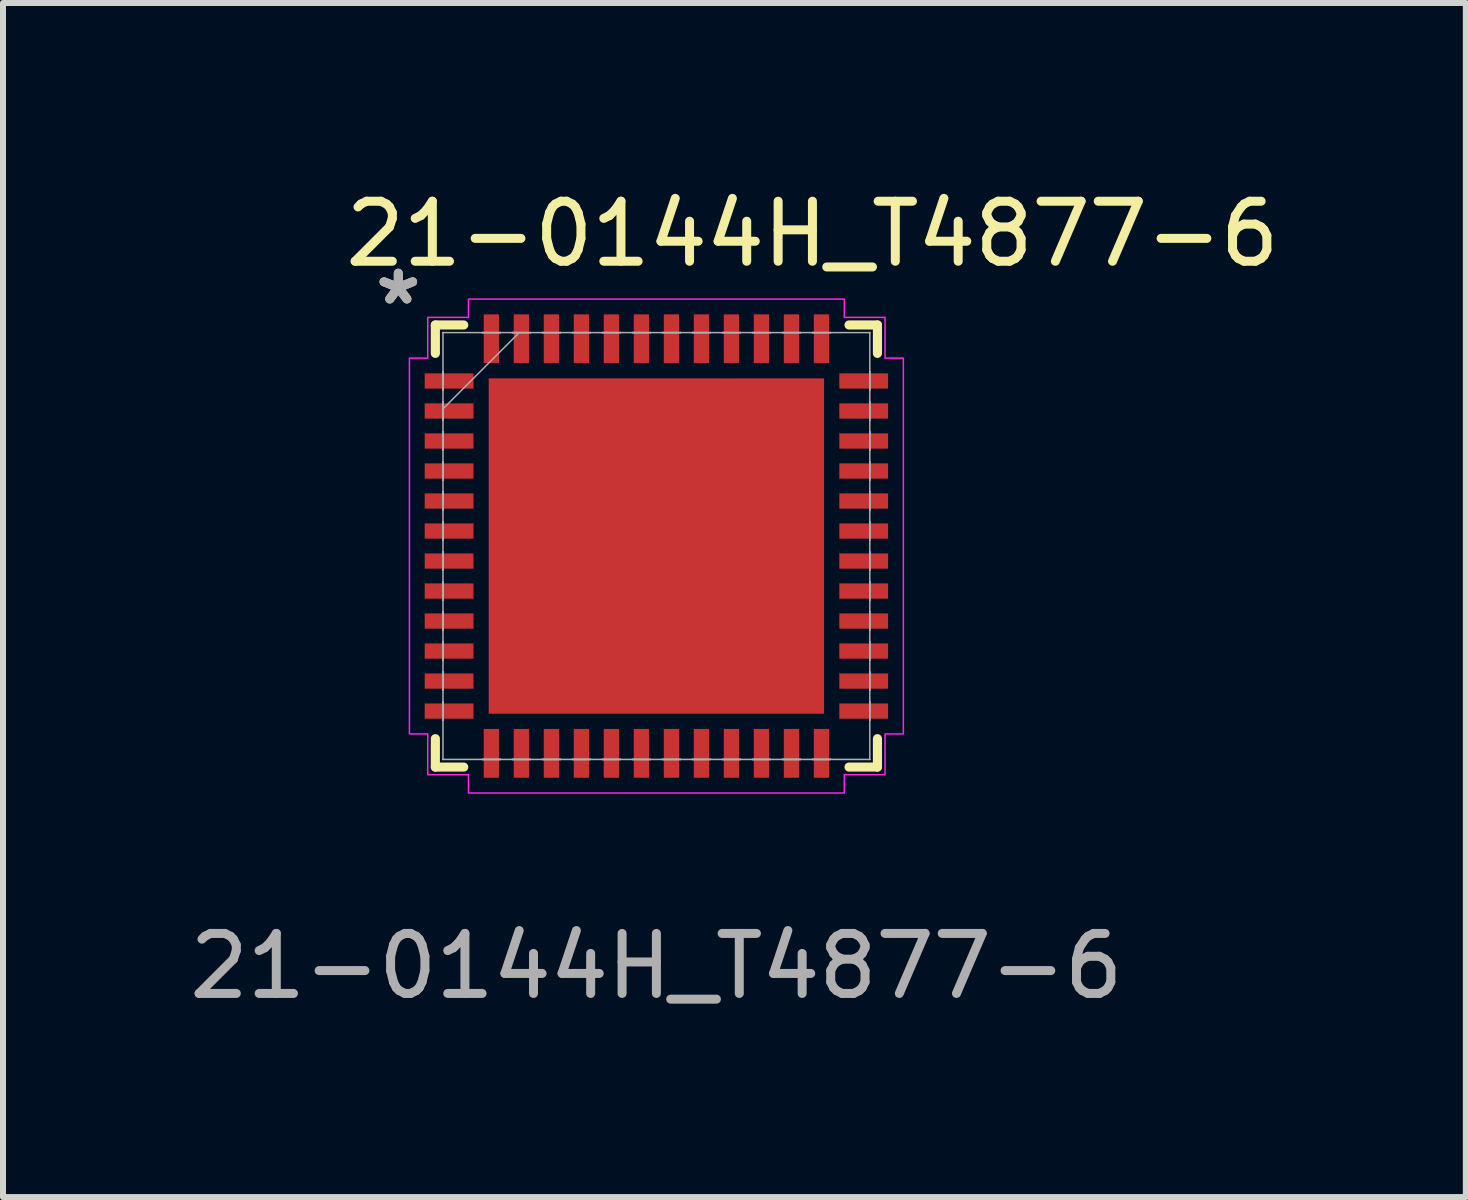
<source format=kicad_pcb>
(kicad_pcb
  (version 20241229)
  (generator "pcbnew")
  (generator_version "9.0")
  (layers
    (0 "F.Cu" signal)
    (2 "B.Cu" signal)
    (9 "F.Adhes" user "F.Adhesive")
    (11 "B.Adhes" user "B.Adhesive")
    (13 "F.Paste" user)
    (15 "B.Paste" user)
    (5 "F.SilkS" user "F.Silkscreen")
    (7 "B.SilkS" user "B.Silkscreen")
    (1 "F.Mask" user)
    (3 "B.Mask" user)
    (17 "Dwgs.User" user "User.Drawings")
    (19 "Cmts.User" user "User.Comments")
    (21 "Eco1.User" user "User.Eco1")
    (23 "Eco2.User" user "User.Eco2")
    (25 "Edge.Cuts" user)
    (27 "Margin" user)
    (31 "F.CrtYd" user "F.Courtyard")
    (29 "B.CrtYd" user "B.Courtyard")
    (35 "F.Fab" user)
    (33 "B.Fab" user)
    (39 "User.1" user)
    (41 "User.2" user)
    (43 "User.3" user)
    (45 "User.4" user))
  (footprint "21-0144H_T4877-6"
    (layer "F.Cu")
    (at 7.887 6.048)
    (property "Reference" "21-0144H_T4877-6" (at 2.6 -5.2 0) (unlocked yes) (layer "F.SilkS") (effects (font (size 1 1) (thickness 0.15))))
    (attr smd)
    (fp_line (start -3.683 -3.683) (end -3.683 -3.21) (stroke (width 0.152) (type solid)) (layer "F.SilkS"))
    (fp_line (start -3.683 3.21) (end -3.683 3.683) (stroke (width 0.152) (type solid)) (layer "F.SilkS"))
    (fp_line (start -3.683 3.683) (end -3.21 3.683) (stroke (width 0.152) (type solid)) (layer "F.SilkS"))
    (fp_line (start -3.21 -3.683) (end -3.683 -3.683) (stroke (width 0.152) (type solid)) (layer "F.SilkS"))
    (fp_line (start 3.21 3.683) (end 3.683 3.683) (stroke (width 0.152) (type solid)) (layer "F.SilkS"))
    (fp_line (start 3.683 -3.683) (end 3.21 -3.683) (stroke (width 0.152) (type solid)) (layer "F.SilkS"))
    (fp_line (start 3.683 -3.21) (end 3.683 -3.683) (stroke (width 0.152) (type solid)) (layer "F.SilkS"))
    (fp_line (start 3.683 3.683) (end 3.683 3.21) (stroke (width 0.152) (type solid)) (layer "F.SilkS"))
    (fp_poly (pts (xy -2.694 -2.694) (xy -2.694 -1.497) (xy -1.497 -1.497) (xy -1.497 -2.694)) (stroke (width 0) (type solid)) (fill yes) (layer "F.Paste"))
    (fp_poly (pts (xy -2.694 -1.297) (xy -2.694 -0.1) (xy -1.497 -0.1) (xy -1.497 -1.297)) (stroke (width 0) (type solid)) (fill yes) (layer "F.Paste"))
    (fp_poly (pts (xy -2.694 0.1) (xy -2.694 1.297) (xy -1.497 1.297) (xy -1.497 0.1)) (stroke (width 0) (type solid)) (fill yes) (layer "F.Paste"))
    (fp_poly (pts (xy -2.694 1.497) (xy -2.694 2.694) (xy -1.497 2.694) (xy -1.497 1.497)) (stroke (width 0) (type solid)) (fill yes) (layer "F.Paste"))
    (fp_poly (pts (xy -1.297 -2.694) (xy -1.297 -1.497) (xy -0.1 -1.497) (xy -0.1 -2.694)) (stroke (width 0) (type solid)) (fill yes) (layer "F.Paste"))
    (fp_poly (pts (xy -1.297 -1.297) (xy -1.297 -0.1) (xy -0.1 -0.1) (xy -0.1 -1.297)) (stroke (width 0) (type solid)) (fill yes) (layer "F.Paste"))
    (fp_poly (pts (xy -1.297 0.1) (xy -1.297 1.297) (xy -0.1 1.297) (xy -0.1 0.1)) (stroke (width 0) (type solid)) (fill yes) (layer "F.Paste"))
    (fp_poly (pts (xy -1.297 1.497) (xy -1.297 2.694) (xy -0.1 2.694) (xy -0.1 1.497)) (stroke (width 0) (type solid)) (fill yes) (layer "F.Paste"))
    (fp_poly (pts (xy 0.1 -2.694) (xy 0.1 -1.497) (xy 1.297 -1.497) (xy 1.297 -2.694)) (stroke (width 0) (type solid)) (fill yes) (layer "F.Paste"))
    (fp_poly (pts (xy 0.1 -1.297) (xy 0.1 -0.1) (xy 1.297 -0.1) (xy 1.297 -1.297)) (stroke (width 0) (type solid)) (fill yes) (layer "F.Paste"))
    (fp_poly (pts (xy 0.1 0.1) (xy 0.1 1.297) (xy 1.297 1.297) (xy 1.297 0.1)) (stroke (width 0) (type solid)) (fill yes) (layer "F.Paste"))
    (fp_poly (pts (xy 0.1 1.497) (xy 0.1 2.694) (xy 1.297 2.694) (xy 1.297 1.497)) (stroke (width 0) (type solid)) (fill yes) (layer "F.Paste"))
    (fp_poly (pts (xy 1.497 -2.694) (xy 1.497 -1.497) (xy 2.694 -1.497) (xy 2.694 -2.694)) (stroke (width 0) (type solid)) (fill yes) (layer "F.Paste"))
    (fp_poly (pts (xy 1.497 -1.297) (xy 1.497 -0.1) (xy 2.694 -0.1) (xy 2.694 -1.297)) (stroke (width 0) (type solid)) (fill yes) (layer "F.Paste"))
    (fp_poly (pts (xy 1.497 0.1) (xy 1.497 1.297) (xy 2.694 1.297) (xy 2.694 0.1)) (stroke (width 0) (type solid)) (fill yes) (layer "F.Paste"))
    (fp_poly (pts (xy 1.497 1.497) (xy 1.497 2.694) (xy 2.694 2.694) (xy 2.694 1.497)) (stroke (width 0) (type solid)) (fill yes) (layer "F.Paste"))
    (fp_poly (pts (xy -4.115 -3.131) (xy -3.81 -3.131) (xy -3.81 -3.81) (xy -3.131 -3.81) (xy -3.131 -4.115) (xy 3.131 -4.115) (xy 3.131 -3.81) (xy 3.81 -3.81) (xy 3.81 -3.131) (xy 4.115 -3.131) (xy 4.115 3.131) (xy 3.81 3.131) (xy 3.81 3.81) (xy 3.131 3.81) (xy 3.131 4.115) (xy -3.131 4.115) (xy -3.131 3.81) (xy -3.81 3.81) (xy -3.81 3.131) (xy -4.115 3.131)) (stroke (width 0.025) (type solid)) (fill no) (layer "F.CrtYd"))
    (fp_line (start -3.556 -3.556) (end -3.556 -3.556) (stroke (width 0.025) (type solid)) (layer "F.Fab"))
    (fp_line (start -3.556 -3.556) (end -3.556 3.556) (stroke (width 0.025) (type solid)) (layer "F.Fab"))
    (fp_line (start -3.556 -2.902) (end -3.556 -2.902) (stroke (width 0.025) (type solid)) (layer "F.Fab"))
    (fp_line (start -3.556 -2.902) (end -3.556 -2.598) (stroke (width 0.025) (type solid)) (layer "F.Fab"))
    (fp_line (start -3.556 -2.598) (end -3.556 -2.902) (stroke (width 0.025) (type solid)) (layer "F.Fab"))
    (fp_line (start -3.556 -2.598) (end -3.556 -2.598) (stroke (width 0.025) (type solid)) (layer "F.Fab"))
    (fp_line (start -3.556 -2.402) (end -3.556 -2.402) (stroke (width 0.025) (type solid)) (layer "F.Fab"))
    (fp_line (start -3.556 -2.402) (end -3.556 -2.098) (stroke (width 0.025) (type solid)) (layer "F.Fab"))
    (fp_line (start -3.556 -2.286) (end -2.286 -3.556) (stroke (width 0.025) (type solid)) (layer "F.Fab"))
    (fp_line (start -3.556 -2.098) (end -3.556 -2.402) (stroke (width 0.025) (type solid)) (layer "F.Fab"))
    (fp_line (start -3.556 -2.098) (end -3.556 -2.098) (stroke (width 0.025) (type solid)) (layer "F.Fab"))
    (fp_line (start -3.556 -1.902) (end -3.556 -1.902) (stroke (width 0.025) (type solid)) (layer "F.Fab"))
    (fp_line (start -3.556 -1.902) (end -3.556 -1.598) (stroke (width 0.025) (type solid)) (layer "F.Fab"))
    (fp_line (start -3.556 -1.598) (end -3.556 -1.902) (stroke (width 0.025) (type solid)) (layer "F.Fab"))
    (fp_line (start -3.556 -1.598) (end -3.556 -1.598) (stroke (width 0.025) (type solid)) (layer "F.Fab"))
    (fp_line (start -3.556 -1.402) (end -3.556 -1.402) (stroke (width 0.025) (type solid)) (layer "F.Fab"))
    (fp_line (start -3.556 -1.402) (end -3.556 -1.098) (stroke (width 0.025) (type solid)) (layer "F.Fab"))
    (fp_line (start -3.556 -1.098) (end -3.556 -1.402) (stroke (width 0.025) (type solid)) (layer "F.Fab"))
    (fp_line (start -3.556 -1.098) (end -3.556 -1.098) (stroke (width 0.025) (type solid)) (layer "F.Fab"))
    (fp_line (start -3.556 -0.902) (end -3.556 -0.902) (stroke (width 0.025) (type solid)) (layer "F.Fab"))
    (fp_line (start -3.556 -0.902) (end -3.556 -0.598) (stroke (width 0.025) (type solid)) (layer "F.Fab"))
    (fp_line (start -3.556 -0.598) (end -3.556 -0.902) (stroke (width 0.025) (type solid)) (layer "F.Fab"))
    (fp_line (start -3.556 -0.598) (end -3.556 -0.598) (stroke (width 0.025) (type solid)) (layer "F.Fab"))
    (fp_line (start -3.556 -0.402) (end -3.556 -0.402) (stroke (width 0.025) (type solid)) (layer "F.Fab"))
    (fp_line (start -3.556 -0.402) (end -3.556 -0.098) (stroke (width 0.025) (type solid)) (layer "F.Fab"))
    (fp_line (start -3.556 -0.098) (end -3.556 -0.402) (stroke (width 0.025) (type solid)) (layer "F.Fab"))
    (fp_line (start -3.556 -0.098) (end -3.556 -0.098) (stroke (width 0.025) (type solid)) (layer "F.Fab"))
    (fp_line (start -3.556 0.098) (end -3.556 0.098) (stroke (width 0.025) (type solid)) (layer "F.Fab"))
    (fp_line (start -3.556 0.098) (end -3.556 0.402) (stroke (width 0.025) (type solid)) (layer "F.Fab"))
    (fp_line (start -3.556 0.402) (end -3.556 0.098) (stroke (width 0.025) (type solid)) (layer "F.Fab"))
    (fp_line (start -3.556 0.402) (end -3.556 0.402) (stroke (width 0.025) (type solid)) (layer "F.Fab"))
    (fp_line (start -3.556 0.598) (end -3.556 0.598) (stroke (width 0.025) (type solid)) (layer "F.Fab"))
    (fp_line (start -3.556 0.598) (end -3.556 0.902) (stroke (width 0.025) (type solid)) (layer "F.Fab"))
    (fp_line (start -3.556 0.902) (end -3.556 0.598) (stroke (width 0.025) (type solid)) (layer "F.Fab"))
    (fp_line (start -3.556 0.902) (end -3.556 0.902) (stroke (width 0.025) (type solid)) (layer "F.Fab"))
    (fp_line (start -3.556 1.098) (end -3.556 1.098) (stroke (width 0.025) (type solid)) (layer "F.Fab"))
    (fp_line (start -3.556 1.098) (end -3.556 1.402) (stroke (width 0.025) (type solid)) (layer "F.Fab"))
    (fp_line (start -3.556 1.402) (end -3.556 1.098) (stroke (width 0.025) (type solid)) (layer "F.Fab"))
    (fp_line (start -3.556 1.402) (end -3.556 1.402) (stroke (width 0.025) (type solid)) (layer "F.Fab"))
    (fp_line (start -3.556 1.598) (end -3.556 1.598) (stroke (width 0.025) (type solid)) (layer "F.Fab"))
    (fp_line (start -3.556 1.598) (end -3.556 1.902) (stroke (width 0.025) (type solid)) (layer "F.Fab"))
    (fp_line (start -3.556 1.902) (end -3.556 1.598) (stroke (width 0.025) (type solid)) (layer "F.Fab"))
    (fp_line (start -3.556 1.902) (end -3.556 1.902) (stroke (width 0.025) (type solid)) (layer "F.Fab"))
    (fp_line (start -3.556 2.098) (end -3.556 2.098) (stroke (width 0.025) (type solid)) (layer "F.Fab"))
    (fp_line (start -3.556 2.098) (end -3.556 2.402) (stroke (width 0.025) (type solid)) (layer "F.Fab"))
    (fp_line (start -3.556 2.402) (end -3.556 2.098) (stroke (width 0.025) (type solid)) (layer "F.Fab"))
    (fp_line (start -3.556 2.402) (end -3.556 2.402) (stroke (width 0.025) (type solid)) (layer "F.Fab"))
    (fp_line (start -3.556 2.598) (end -3.556 2.598) (stroke (width 0.025) (type solid)) (layer "F.Fab"))
    (fp_line (start -3.556 2.598) (end -3.556 2.902) (stroke (width 0.025) (type solid)) (layer "F.Fab"))
    (fp_line (start -3.556 2.902) (end -3.556 2.598) (stroke (width 0.025) (type solid)) (layer "F.Fab"))
    (fp_line (start -3.556 2.902) (end -3.556 2.902) (stroke (width 0.025) (type solid)) (layer "F.Fab"))
    (fp_line (start -3.556 3.556) (end -3.556 3.556) (stroke (width 0.025) (type solid)) (layer "F.Fab"))
    (fp_line (start -3.556 3.556) (end 3.556 3.556) (stroke (width 0.025) (type solid)) (layer "F.Fab"))
    (fp_line (start -2.902 -3.556) (end -2.902 -3.556) (stroke (width 0.025) (type solid)) (layer "F.Fab"))
    (fp_line (start -2.902 -3.556) (end -2.598 -3.556) (stroke (width 0.025) (type solid)) (layer "F.Fab"))
    (fp_line (start -2.902 3.556) (end -2.902 3.556) (stroke (width 0.025) (type solid)) (layer "F.Fab"))
    (fp_line (start -2.902 3.556) (end -2.598 3.556) (stroke (width 0.025) (type solid)) (layer "F.Fab"))
    (fp_line (start -2.598 -3.556) (end -2.902 -3.556) (stroke (width 0.025) (type solid)) (layer "F.Fab"))
    (fp_line (start -2.598 -3.556) (end -2.598 -3.556) (stroke (width 0.025) (type solid)) (layer "F.Fab"))
    (fp_line (start -2.598 3.556) (end -2.902 3.556) (stroke (width 0.025) (type solid)) (layer "F.Fab"))
    (fp_line (start -2.598 3.556) (end -2.598 3.556) (stroke (width 0.025) (type solid)) (layer "F.Fab"))
    (fp_line (start -2.402 -3.556) (end -2.402 -3.556) (stroke (width 0.025) (type solid)) (layer "F.Fab"))
    (fp_line (start -2.402 -3.556) (end -2.098 -3.556) (stroke (width 0.025) (type solid)) (layer "F.Fab"))
    (fp_line (start -2.402 3.556) (end -2.402 3.556) (stroke (width 0.025) (type solid)) (layer "F.Fab"))
    (fp_line (start -2.402 3.556) (end -2.098 3.556) (stroke (width 0.025) (type solid)) (layer "F.Fab"))
    (fp_line (start -2.098 -3.556) (end -2.402 -3.556) (stroke (width 0.025) (type solid)) (layer "F.Fab"))
    (fp_line (start -2.098 -3.556) (end -2.098 -3.556) (stroke (width 0.025) (type solid)) (layer "F.Fab"))
    (fp_line (start -2.098 3.556) (end -2.402 3.556) (stroke (width 0.025) (type solid)) (layer "F.Fab"))
    (fp_line (start -2.098 3.556) (end -2.098 3.556) (stroke (width 0.025) (type solid)) (layer "F.Fab"))
    (fp_line (start -1.902 -3.556) (end -1.902 -3.556) (stroke (width 0.025) (type solid)) (layer "F.Fab"))
    (fp_line (start -1.902 -3.556) (end -1.598 -3.556) (stroke (width 0.025) (type solid)) (layer "F.Fab"))
    (fp_line (start -1.902 3.556) (end -1.902 3.556) (stroke (width 0.025) (type solid)) (layer "F.Fab"))
    (fp_line (start -1.902 3.556) (end -1.598 3.556) (stroke (width 0.025) (type solid)) (layer "F.Fab"))
    (fp_line (start -1.598 -3.556) (end -1.902 -3.556) (stroke (width 0.025) (type solid)) (layer "F.Fab"))
    (fp_line (start -1.598 -3.556) (end -1.598 -3.556) (stroke (width 0.025) (type solid)) (layer "F.Fab"))
    (fp_line (start -1.598 3.556) (end -1.902 3.556) (stroke (width 0.025) (type solid)) (layer "F.Fab"))
    (fp_line (start -1.598 3.556) (end -1.598 3.556) (stroke (width 0.025) (type solid)) (layer "F.Fab"))
    (fp_line (start -1.402 -3.556) (end -1.402 -3.556) (stroke (width 0.025) (type solid)) (layer "F.Fab"))
    (fp_line (start -1.402 -3.556) (end -1.098 -3.556) (stroke (width 0.025) (type solid)) (layer "F.Fab"))
    (fp_line (start -1.402 3.556) (end -1.402 3.556) (stroke (width 0.025) (type solid)) (layer "F.Fab"))
    (fp_line (start -1.402 3.556) (end -1.098 3.556) (stroke (width 0.025) (type solid)) (layer "F.Fab"))
    (fp_line (start -1.098 -3.556) (end -1.402 -3.556) (stroke (width 0.025) (type solid)) (layer "F.Fab"))
    (fp_line (start -1.098 -3.556) (end -1.098 -3.556) (stroke (width 0.025) (type solid)) (layer "F.Fab"))
    (fp_line (start -1.098 3.556) (end -1.402 3.556) (stroke (width 0.025) (type solid)) (layer "F.Fab"))
    (fp_line (start -1.098 3.556) (end -1.098 3.556) (stroke (width 0.025) (type solid)) (layer "F.Fab"))
    (fp_line (start -0.902 -3.556) (end -0.902 -3.556) (stroke (width 0.025) (type solid)) (layer "F.Fab"))
    (fp_line (start -0.902 -3.556) (end -0.598 -3.556) (stroke (width 0.025) (type solid)) (layer "F.Fab"))
    (fp_line (start -0.902 3.556) (end -0.902 3.556) (stroke (width 0.025) (type solid)) (layer "F.Fab"))
    (fp_line (start -0.902 3.556) (end -0.598 3.556) (stroke (width 0.025) (type solid)) (layer "F.Fab"))
    (fp_line (start -0.598 -3.556) (end -0.902 -3.556) (stroke (width 0.025) (type solid)) (layer "F.Fab"))
    (fp_line (start -0.598 -3.556) (end -0.598 -3.556) (stroke (width 0.025) (type solid)) (layer "F.Fab"))
    (fp_line (start -0.598 3.556) (end -0.902 3.556) (stroke (width 0.025) (type solid)) (layer "F.Fab"))
    (fp_line (start -0.598 3.556) (end -0.598 3.556) (stroke (width 0.025) (type solid)) (layer "F.Fab"))
    (fp_line (start -0.402 -3.556) (end -0.402 -3.556) (stroke (width 0.025) (type solid)) (layer "F.Fab"))
    (fp_line (start -0.402 -3.556) (end -0.098 -3.556) (stroke (width 0.025) (type solid)) (layer "F.Fab"))
    (fp_line (start -0.402 3.556) (end -0.402 3.556) (stroke (width 0.025) (type solid)) (layer "F.Fab"))
    (fp_line (start -0.402 3.556) (end -0.098 3.556) (stroke (width 0.025) (type solid)) (layer "F.Fab"))
    (fp_line (start -0.098 -3.556) (end -0.402 -3.556) (stroke (width 0.025) (type solid)) (layer "F.Fab"))
    (fp_line (start -0.098 -3.556) (end -0.098 -3.556) (stroke (width 0.025) (type solid)) (layer "F.Fab"))
    (fp_line (start -0.098 3.556) (end -0.402 3.556) (stroke (width 0.025) (type solid)) (layer "F.Fab"))
    (fp_line (start -0.098 3.556) (end -0.098 3.556) (stroke (width 0.025) (type solid)) (layer "F.Fab"))
    (fp_line (start 0.098 -3.556) (end 0.098 -3.556) (stroke (width 0.025) (type solid)) (layer "F.Fab"))
    (fp_line (start 0.098 -3.556) (end 0.402 -3.556) (stroke (width 0.025) (type solid)) (layer "F.Fab"))
    (fp_line (start 0.098 3.556) (end 0.098 3.556) (stroke (width 0.025) (type solid)) (layer "F.Fab"))
    (fp_line (start 0.098 3.556) (end 0.402 3.556) (stroke (width 0.025) (type solid)) (layer "F.Fab"))
    (fp_line (start 0.402 -3.556) (end 0.098 -3.556) (stroke (width 0.025) (type solid)) (layer "F.Fab"))
    (fp_line (start 0.402 -3.556) (end 0.402 -3.556) (stroke (width 0.025) (type solid)) (layer "F.Fab"))
    (fp_line (start 0.402 3.556) (end 0.098 3.556) (stroke (width 0.025) (type solid)) (layer "F.Fab"))
    (fp_line (start 0.402 3.556) (end 0.402 3.556) (stroke (width 0.025) (type solid)) (layer "F.Fab"))
    (fp_line (start 0.598 -3.556) (end 0.598 -3.556) (stroke (width 0.025) (type solid)) (layer "F.Fab"))
    (fp_line (start 0.598 -3.556) (end 0.902 -3.556) (stroke (width 0.025) (type solid)) (layer "F.Fab"))
    (fp_line (start 0.598 3.556) (end 0.598 3.556) (stroke (width 0.025) (type solid)) (layer "F.Fab"))
    (fp_line (start 0.598 3.556) (end 0.902 3.556) (stroke (width 0.025) (type solid)) (layer "F.Fab"))
    (fp_line (start 0.902 -3.556) (end 0.598 -3.556) (stroke (width 0.025) (type solid)) (layer "F.Fab"))
    (fp_line (start 0.902 -3.556) (end 0.902 -3.556) (stroke (width 0.025) (type solid)) (layer "F.Fab"))
    (fp_line (start 0.902 3.556) (end 0.598 3.556) (stroke (width 0.025) (type solid)) (layer "F.Fab"))
    (fp_line (start 0.902 3.556) (end 0.902 3.556) (stroke (width 0.025) (type solid)) (layer "F.Fab"))
    (fp_line (start 1.098 -3.556) (end 1.098 -3.556) (stroke (width 0.025) (type solid)) (layer "F.Fab"))
    (fp_line (start 1.098 -3.556) (end 1.402 -3.556) (stroke (width 0.025) (type solid)) (layer "F.Fab"))
    (fp_line (start 1.098 3.556) (end 1.098 3.556) (stroke (width 0.025) (type solid)) (layer "F.Fab"))
    (fp_line (start 1.098 3.556) (end 1.402 3.556) (stroke (width 0.025) (type solid)) (layer "F.Fab"))
    (fp_line (start 1.402 -3.556) (end 1.098 -3.556) (stroke (width 0.025) (type solid)) (layer "F.Fab"))
    (fp_line (start 1.402 -3.556) (end 1.402 -3.556) (stroke (width 0.025) (type solid)) (layer "F.Fab"))
    (fp_line (start 1.402 3.556) (end 1.098 3.556) (stroke (width 0.025) (type solid)) (layer "F.Fab"))
    (fp_line (start 1.402 3.556) (end 1.402 3.556) (stroke (width 0.025) (type solid)) (layer "F.Fab"))
    (fp_line (start 1.598 -3.556) (end 1.598 -3.556) (stroke (width 0.025) (type solid)) (layer "F.Fab"))
    (fp_line (start 1.598 -3.556) (end 1.902 -3.556) (stroke (width 0.025) (type solid)) (layer "F.Fab"))
    (fp_line (start 1.598 3.556) (end 1.598 3.556) (stroke (width 0.025) (type solid)) (layer "F.Fab"))
    (fp_line (start 1.598 3.556) (end 1.902 3.556) (stroke (width 0.025) (type solid)) (layer "F.Fab"))
    (fp_line (start 1.902 -3.556) (end 1.598 -3.556) (stroke (width 0.025) (type solid)) (layer "F.Fab"))
    (fp_line (start 1.902 -3.556) (end 1.902 -3.556) (stroke (width 0.025) (type solid)) (layer "F.Fab"))
    (fp_line (start 1.902 3.556) (end 1.598 3.556) (stroke (width 0.025) (type solid)) (layer "F.Fab"))
    (fp_line (start 1.902 3.556) (end 1.902 3.556) (stroke (width 0.025) (type solid)) (layer "F.Fab"))
    (fp_line (start 2.098 -3.556) (end 2.098 -3.556) (stroke (width 0.025) (type solid)) (layer "F.Fab"))
    (fp_line (start 2.098 -3.556) (end 2.402 -3.556) (stroke (width 0.025) (type solid)) (layer "F.Fab"))
    (fp_line (start 2.098 3.556) (end 2.098 3.556) (stroke (width 0.025) (type solid)) (layer "F.Fab"))
    (fp_line (start 2.098 3.556) (end 2.402 3.556) (stroke (width 0.025) (type solid)) (layer "F.Fab"))
    (fp_line (start 2.402 -3.556) (end 2.098 -3.556) (stroke (width 0.025) (type solid)) (layer "F.Fab"))
    (fp_line (start 2.402 -3.556) (end 2.402 -3.556) (stroke (width 0.025) (type solid)) (layer "F.Fab"))
    (fp_line (start 2.402 3.556) (end 2.098 3.556) (stroke (width 0.025) (type solid)) (layer "F.Fab"))
    (fp_line (start 2.402 3.556) (end 2.402 3.556) (stroke (width 0.025) (type solid)) (layer "F.Fab"))
    (fp_line (start 2.598 -3.556) (end 2.598 -3.556) (stroke (width 0.025) (type solid)) (layer "F.Fab"))
    (fp_line (start 2.598 -3.556) (end 2.902 -3.556) (stroke (width 0.025) (type solid)) (layer "F.Fab"))
    (fp_line (start 2.598 3.556) (end 2.598 3.556) (stroke (width 0.025) (type solid)) (layer "F.Fab"))
    (fp_line (start 2.598 3.556) (end 2.902 3.556) (stroke (width 0.025) (type solid)) (layer "F.Fab"))
    (fp_line (start 2.902 -3.556) (end 2.598 -3.556) (stroke (width 0.025) (type solid)) (layer "F.Fab"))
    (fp_line (start 2.902 -3.556) (end 2.902 -3.556) (stroke (width 0.025) (type solid)) (layer "F.Fab"))
    (fp_line (start 2.902 3.556) (end 2.598 3.556) (stroke (width 0.025) (type solid)) (layer "F.Fab"))
    (fp_line (start 2.902 3.556) (end 2.902 3.556) (stroke (width 0.025) (type solid)) (layer "F.Fab"))
    (fp_line (start 3.556 -3.556) (end -3.556 -3.556) (stroke (width 0.025) (type solid)) (layer "F.Fab"))
    (fp_line (start 3.556 -3.556) (end 3.556 -3.556) (stroke (width 0.025) (type solid)) (layer "F.Fab"))
    (fp_line (start 3.556 -2.902) (end 3.556 -2.902) (stroke (width 0.025) (type solid)) (layer "F.Fab"))
    (fp_line (start 3.556 -2.902) (end 3.556 -2.598) (stroke (width 0.025) (type solid)) (layer "F.Fab"))
    (fp_line (start 3.556 -2.598) (end 3.556 -2.902) (stroke (width 0.025) (type solid)) (layer "F.Fab"))
    (fp_line (start 3.556 -2.598) (end 3.556 -2.598) (stroke (width 0.025) (type solid)) (layer "F.Fab"))
    (fp_line (start 3.556 -2.402) (end 3.556 -2.402) (stroke (width 0.025) (type solid)) (layer "F.Fab"))
    (fp_line (start 3.556 -2.402) (end 3.556 -2.098) (stroke (width 0.025) (type solid)) (layer "F.Fab"))
    (fp_line (start 3.556 -2.098) (end 3.556 -2.402) (stroke (width 0.025) (type solid)) (layer "F.Fab"))
    (fp_line (start 3.556 -2.098) (end 3.556 -2.098) (stroke (width 0.025) (type solid)) (layer "F.Fab"))
    (fp_line (start 3.556 -1.902) (end 3.556 -1.902) (stroke (width 0.025) (type solid)) (layer "F.Fab"))
    (fp_line (start 3.556 -1.902) (end 3.556 -1.598) (stroke (width 0.025) (type solid)) (layer "F.Fab"))
    (fp_line (start 3.556 -1.598) (end 3.556 -1.902) (stroke (width 0.025) (type solid)) (layer "F.Fab"))
    (fp_line (start 3.556 -1.598) (end 3.556 -1.598) (stroke (width 0.025) (type solid)) (layer "F.Fab"))
    (fp_line (start 3.556 -1.402) (end 3.556 -1.402) (stroke (width 0.025) (type solid)) (layer "F.Fab"))
    (fp_line (start 3.556 -1.402) (end 3.556 -1.098) (stroke (width 0.025) (type solid)) (layer "F.Fab"))
    (fp_line (start 3.556 -1.098) (end 3.556 -1.402) (stroke (width 0.025) (type solid)) (layer "F.Fab"))
    (fp_line (start 3.556 -1.098) (end 3.556 -1.098) (stroke (width 0.025) (type solid)) (layer "F.Fab"))
    (fp_line (start 3.556 -0.902) (end 3.556 -0.902) (stroke (width 0.025) (type solid)) (layer "F.Fab"))
    (fp_line (start 3.556 -0.902) (end 3.556 -0.598) (stroke (width 0.025) (type solid)) (layer "F.Fab"))
    (fp_line (start 3.556 -0.598) (end 3.556 -0.902) (stroke (width 0.025) (type solid)) (layer "F.Fab"))
    (fp_line (start 3.556 -0.598) (end 3.556 -0.598) (stroke (width 0.025) (type solid)) (layer "F.Fab"))
    (fp_line (start 3.556 -0.402) (end 3.556 -0.402) (stroke (width 0.025) (type solid)) (layer "F.Fab"))
    (fp_line (start 3.556 -0.402) (end 3.556 -0.098) (stroke (width 0.025) (type solid)) (layer "F.Fab"))
    (fp_line (start 3.556 -0.098) (end 3.556 -0.402) (stroke (width 0.025) (type solid)) (layer "F.Fab"))
    (fp_line (start 3.556 -0.098) (end 3.556 -0.098) (stroke (width 0.025) (type solid)) (layer "F.Fab"))
    (fp_line (start 3.556 0.098) (end 3.556 0.098) (stroke (width 0.025) (type solid)) (layer "F.Fab"))
    (fp_line (start 3.556 0.098) (end 3.556 0.402) (stroke (width 0.025) (type solid)) (layer "F.Fab"))
    (fp_line (start 3.556 0.402) (end 3.556 0.098) (stroke (width 0.025) (type solid)) (layer "F.Fab"))
    (fp_line (start 3.556 0.402) (end 3.556 0.402) (stroke (width 0.025) (type solid)) (layer "F.Fab"))
    (fp_line (start 3.556 0.598) (end 3.556 0.598) (stroke (width 0.025) (type solid)) (layer "F.Fab"))
    (fp_line (start 3.556 0.598) (end 3.556 0.902) (stroke (width 0.025) (type solid)) (layer "F.Fab"))
    (fp_line (start 3.556 0.902) (end 3.556 0.598) (stroke (width 0.025) (type solid)) (layer "F.Fab"))
    (fp_line (start 3.556 0.902) (end 3.556 0.902) (stroke (width 0.025) (type solid)) (layer "F.Fab"))
    (fp_line (start 3.556 1.098) (end 3.556 1.098) (stroke (width 0.025) (type solid)) (layer "F.Fab"))
    (fp_line (start 3.556 1.098) (end 3.556 1.402) (stroke (width 0.025) (type solid)) (layer "F.Fab"))
    (fp_line (start 3.556 1.402) (end 3.556 1.098) (stroke (width 0.025) (type solid)) (layer "F.Fab"))
    (fp_line (start 3.556 1.402) (end 3.556 1.402) (stroke (width 0.025) (type solid)) (layer "F.Fab"))
    (fp_line (start 3.556 1.598) (end 3.556 1.598) (stroke (width 0.025) (type solid)) (layer "F.Fab"))
    (fp_line (start 3.556 1.598) (end 3.556 1.902) (stroke (width 0.025) (type solid)) (layer "F.Fab"))
    (fp_line (start 3.556 1.902) (end 3.556 1.598) (stroke (width 0.025) (type solid)) (layer "F.Fab"))
    (fp_line (start 3.556 1.902) (end 3.556 1.902) (stroke (width 0.025) (type solid)) (layer "F.Fab"))
    (fp_line (start 3.556 2.098) (end 3.556 2.098) (stroke (width 0.025) (type solid)) (layer "F.Fab"))
    (fp_line (start 3.556 2.098) (end 3.556 2.402) (stroke (width 0.025) (type solid)) (layer "F.Fab"))
    (fp_line (start 3.556 2.402) (end 3.556 2.098) (stroke (width 0.025) (type solid)) (layer "F.Fab"))
    (fp_line (start 3.556 2.402) (end 3.556 2.402) (stroke (width 0.025) (type solid)) (layer "F.Fab"))
    (fp_line (start 3.556 2.598) (end 3.556 2.598) (stroke (width 0.025) (type solid)) (layer "F.Fab"))
    (fp_line (start 3.556 2.598) (end 3.556 2.902) (stroke (width 0.025) (type solid)) (layer "F.Fab"))
    (fp_line (start 3.556 2.902) (end 3.556 2.598) (stroke (width 0.025) (type solid)) (layer "F.Fab"))
    (fp_line (start 3.556 2.902) (end 3.556 2.902) (stroke (width 0.025) (type solid)) (layer "F.Fab"))
    (fp_line (start 3.556 3.556) (end 3.556 -3.556) (stroke (width 0.025) (type solid)) (layer "F.Fab"))
    (fp_line (start 3.556 3.556) (end 3.556 3.556) (stroke (width 0.025) (type solid)) (layer "F.Fab"))
    (fp_text user "*" (at -4.3 -4 0) (unlocked yes) (layer "F.SilkS") (effects (font (size 1 1) (thickness 0.15))))
    (fp_text user "*" (at -4.3 -4 0) (unlocked yes) (layer "F.Fab") (effects (font (size 1 1) (thickness 0.15))))
    (fp_text user "${REFERENCE}" (at 0 7 0) (unlocked yes) (layer "F.Fab") (effects (font (size 1 1) (thickness 0.15))))
    (pad "1" smd rect (at -3.454 -2.75 90) (size 0.254 0.813) (layers "F.Cu" "F.Mask" "F.Paste"))
    (pad "2" smd rect (at -3.454 -2.25 90) (size 0.254 0.813) (layers "F.Cu" "F.Mask" "F.Paste"))
    (pad "3" smd rect (at -3.454 -1.75 90) (size 0.254 0.813) (layers "F.Cu" "F.Mask" "F.Paste"))
    (pad "4" smd rect (at -3.454 -1.25 90) (size 0.254 0.813) (layers "F.Cu" "F.Mask" "F.Paste"))
    (pad "5" smd rect (at -3.454 -0.75 90) (size 0.254 0.813) (layers "F.Cu" "F.Mask" "F.Paste"))
    (pad "6" smd rect (at -3.454 -0.25 90) (size 0.254 0.813) (layers "F.Cu" "F.Mask" "F.Paste"))
    (pad "7" smd rect (at -3.454 0.25 90) (size 0.254 0.813) (layers "F.Cu" "F.Mask" "F.Paste"))
    (pad "8" smd rect (at -3.454 0.75 90) (size 0.254 0.813) (layers "F.Cu" "F.Mask" "F.Paste"))
    (pad "9" smd rect (at -3.454 1.25 90) (size 0.254 0.813) (layers "F.Cu" "F.Mask" "F.Paste"))
    (pad "10" smd rect (at -3.454 1.75 90) (size 0.254 0.813) (layers "F.Cu" "F.Mask" "F.Paste"))
    (pad "11" smd rect (at -3.454 2.25 90) (size 0.254 0.813) (layers "F.Cu" "F.Mask" "F.Paste"))
    (pad "12" smd rect (at -3.454 2.75 90) (size 0.254 0.813) (layers "F.Cu" "F.Mask" "F.Paste"))
    (pad "13" smd rect (at -2.75 3.454) (size 0.254 0.813) (layers "F.Cu" "F.Mask" "F.Paste"))
    (pad "14" smd rect (at -2.25 3.454) (size 0.254 0.813) (layers "F.Cu" "F.Mask" "F.Paste"))
    (pad "15" smd rect (at -1.75 3.454) (size 0.254 0.813) (layers "F.Cu" "F.Mask" "F.Paste"))
    (pad "16" smd rect (at -1.25 3.454) (size 0.254 0.813) (layers "F.Cu" "F.Mask" "F.Paste"))
    (pad "17" smd rect (at -0.75 3.454) (size 0.254 0.813) (layers "F.Cu" "F.Mask" "F.Paste"))
    (pad "18" smd rect (at -0.25 3.454) (size 0.254 0.813) (layers "F.Cu" "F.Mask" "F.Paste"))
    (pad "19" smd rect (at 0.25 3.454) (size 0.254 0.813) (layers "F.Cu" "F.Mask" "F.Paste"))
    (pad "20" smd rect (at 0.75 3.454) (size 0.254 0.813) (layers "F.Cu" "F.Mask" "F.Paste"))
    (pad "21" smd rect (at 1.25 3.454) (size 0.254 0.813) (layers "F.Cu" "F.Mask" "F.Paste"))
    (pad "22" smd rect (at 1.75 3.454) (size 0.254 0.813) (layers "F.Cu" "F.Mask" "F.Paste"))
    (pad "23" smd rect (at 2.25 3.454) (size 0.254 0.813) (layers "F.Cu" "F.Mask" "F.Paste"))
    (pad "24" smd rect (at 2.75 3.454) (size 0.254 0.813) (layers "F.Cu" "F.Mask" "F.Paste"))
    (pad "25" smd rect (at 3.454 2.75 90) (size 0.254 0.813) (layers "F.Cu" "F.Mask" "F.Paste"))
    (pad "26" smd rect (at 3.454 2.25 90) (size 0.254 0.813) (layers "F.Cu" "F.Mask" "F.Paste"))
    (pad "27" smd rect (at 3.454 1.75 90) (size 0.254 0.813) (layers "F.Cu" "F.Mask" "F.Paste"))
    (pad "28" smd rect (at 3.454 1.25 90) (size 0.254 0.813) (layers "F.Cu" "F.Mask" "F.Paste"))
    (pad "29" smd rect (at 3.454 0.75 90) (size 0.254 0.813) (layers "F.Cu" "F.Mask" "F.Paste"))
    (pad "30" smd rect (at 3.454 0.25 90) (size 0.254 0.813) (layers "F.Cu" "F.Mask" "F.Paste"))
    (pad "31" smd rect (at 3.454 -0.25 90) (size 0.254 0.813) (layers "F.Cu" "F.Mask" "F.Paste"))
    (pad "32" smd rect (at 3.454 -0.75 90) (size 0.254 0.813) (layers "F.Cu" "F.Mask" "F.Paste"))
    (pad "33" smd rect (at 3.454 -1.25 90) (size 0.254 0.813) (layers "F.Cu" "F.Mask" "F.Paste"))
    (pad "34" smd rect (at 3.454 -1.75 90) (size 0.254 0.813) (layers "F.Cu" "F.Mask" "F.Paste"))
    (pad "35" smd rect (at 3.454 -2.25 90) (size 0.254 0.813) (layers "F.Cu" "F.Mask" "F.Paste"))
    (pad "36" smd rect (at 3.454 -2.75 90) (size 0.254 0.813) (layers "F.Cu" "F.Mask" "F.Paste"))
    (pad "37" smd rect (at 2.75 -3.454) (size 0.254 0.813) (layers "F.Cu" "F.Mask" "F.Paste"))
    (pad "38" smd rect (at 2.25 -3.454) (size 0.254 0.813) (layers "F.Cu" "F.Mask" "F.Paste"))
    (pad "39" smd rect (at 1.75 -3.454) (size 0.254 0.813) (layers "F.Cu" "F.Mask" "F.Paste"))
    (pad "40" smd rect (at 1.25 -3.454) (size 0.254 0.813) (layers "F.Cu" "F.Mask" "F.Paste"))
    (pad "41" smd rect (at 0.75 -3.454) (size 0.254 0.813) (layers "F.Cu" "F.Mask" "F.Paste"))
    (pad "42" smd rect (at 0.25 -3.454) (size 0.254 0.813) (layers "F.Cu" "F.Mask" "F.Paste"))
    (pad "43" smd rect (at -0.25 -3.454) (size 0.254 0.813) (layers "F.Cu" "F.Mask" "F.Paste"))
    (pad "44" smd rect (at -0.75 -3.454) (size 0.254 0.813) (layers "F.Cu" "F.Mask" "F.Paste"))
    (pad "45" smd rect (at -1.25 -3.454) (size 0.254 0.813) (layers "F.Cu" "F.Mask" "F.Paste"))
    (pad "46" smd rect (at -1.75 -3.454) (size 0.254 0.813) (layers "F.Cu" "F.Mask" "F.Paste"))
    (pad "47" smd rect (at -2.25 -3.454) (size 0.254 0.813) (layers "F.Cu" "F.Mask" "F.Paste"))
    (pad "48" smd rect (at -2.75 -3.454) (size 0.254 0.813) (layers "F.Cu" "F.Mask" "F.Paste"))
    (pad "49" smd rect (at 0 0) (size 5.588 5.588) (layers "F.Cu" "F.Mask" "F.Paste")))
  (gr_rect
    (start -3 -3)
    (end 21.374 16.896)
    (stroke (width 0.1) (type default))
    (fill no)
    (layer "Edge.Cuts")))
</source>
